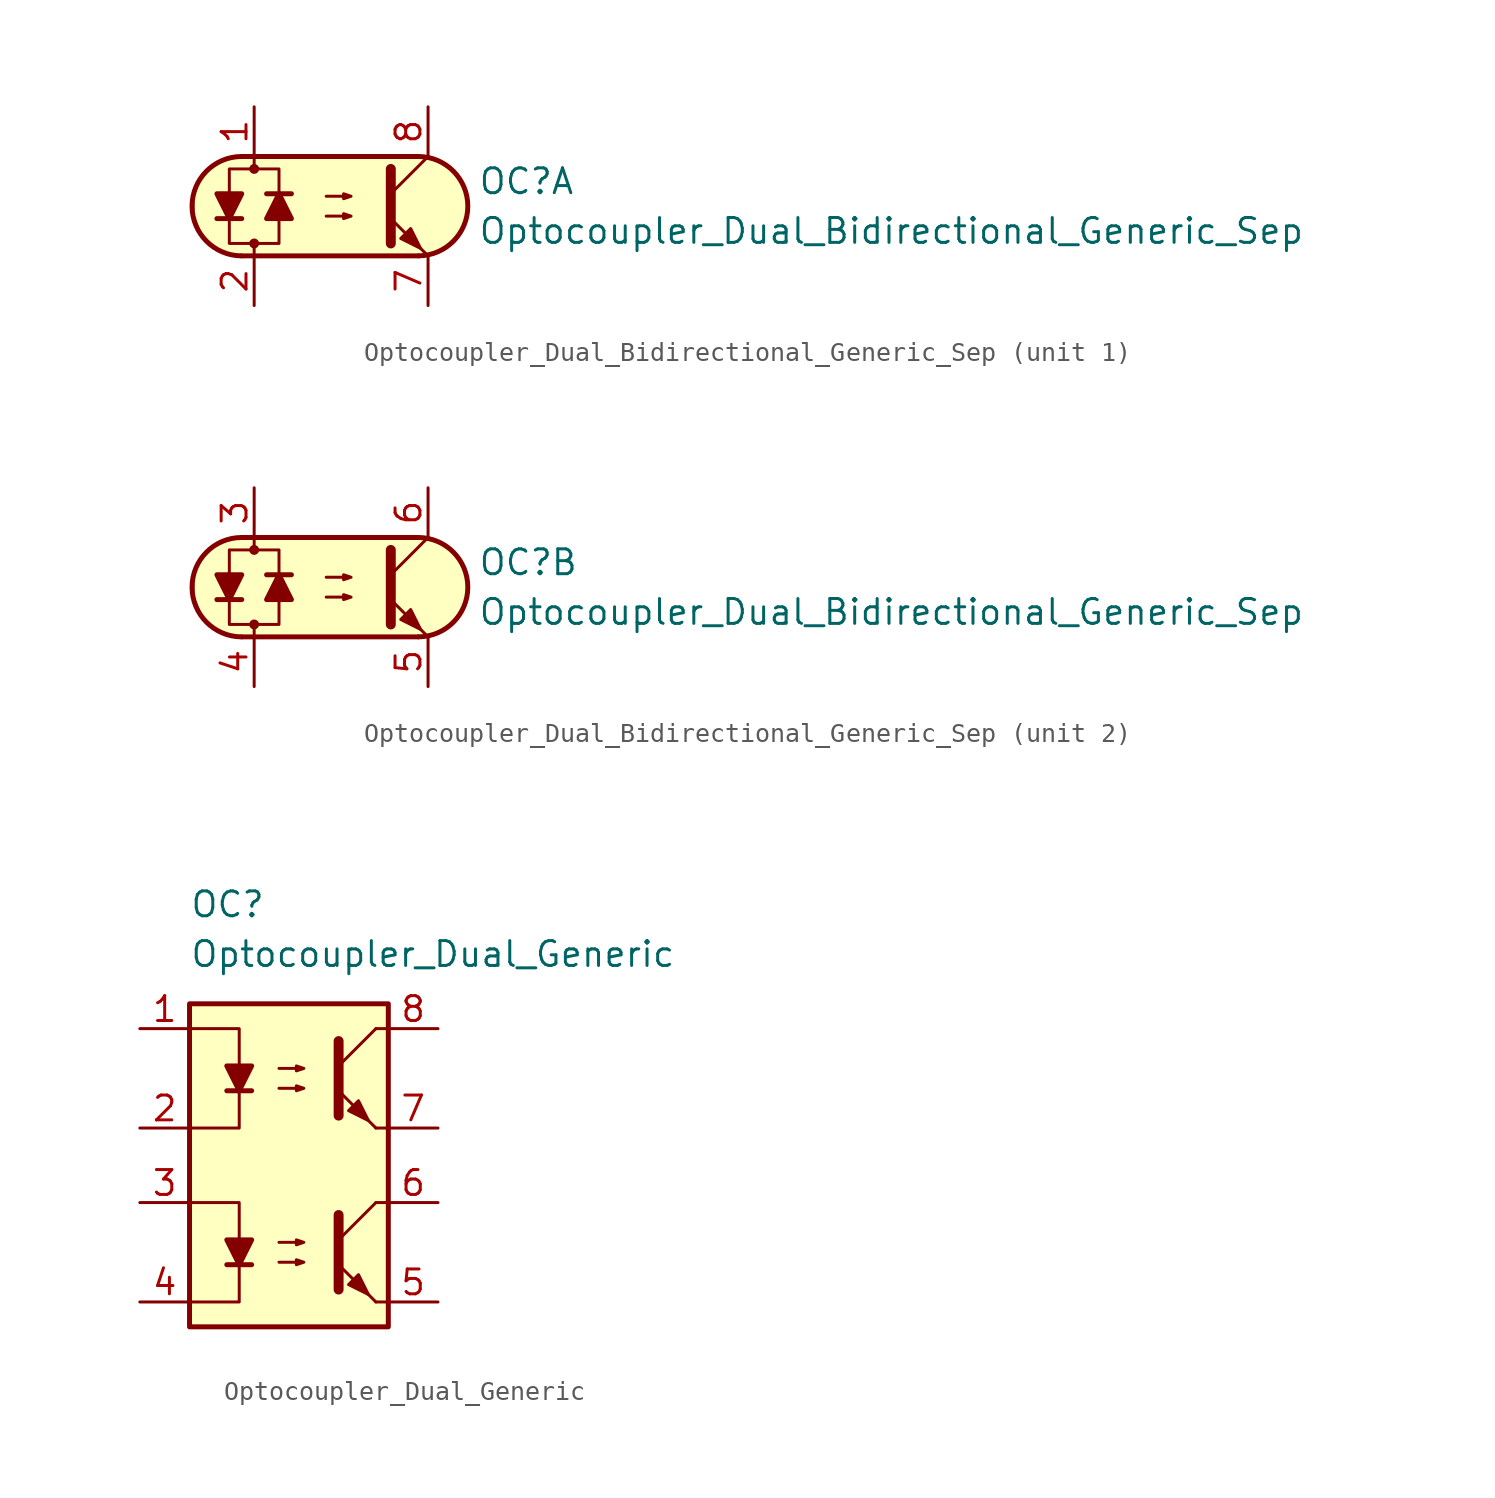
<source format=kicad_sym>
(kicad_symbol_lib
  (version 20231120)
  (generator "kicad_symbol_editor")
  (generator_version "8.0")
  (symbol "Optocoupler_Dual_Bidirectional_Generic_Sep"
    (pin_names
      (offset 1.016))
    (property "Reference" "OC"
      (at 7.62 1.27 0)
      (effects (font (size 1.27 1.27)) (justify left)))
    (property "Value" "Optocoupler_Dual_Bidirectional_Generic_Sep"
      (at 7.62 -1.27 0)
      (effects (font (size 1.27 1.27)) (justify left)))
    (property "ki_locked" ""
      (at 0 0 0)
      (effects (font (size 1.27 1.27))))
    (symbol "Optocoupler_Dual_Bidirectional_Generic_Sep_0_1"
      (arc (start -4.4675 2.54) (mid -6.9851 0) (end -4.4675 -2.54) (stroke (width 0.254) (type default)) (fill (type none)))
      (circle (center -3.81 -1.905) (radius 0.178) (stroke (width 0) (type default)) (fill (type outline)))
      (circle (center -3.81 1.905) (radius 0.178) (stroke (width 0) (type default)) (fill (type outline)))
      (polyline (pts (xy -5.715 -0.635) (xy -4.445 -0.635)) (stroke (width 0.254) (type default)) (fill (type none)))
      (polyline (pts (xy -4.445 2.54) (xy 4.572 2.54)) (stroke (width 0.254) (type default)) (fill (type none)))
      (polyline (pts (xy -3.81 1.905) (xy -3.81 2.54)) (stroke (width 0.152) (type default)) (fill (type none)))
      (polyline (pts (xy -1.905 0.635) (xy -3.175 0.635)) (stroke (width 0.254) (type default)) (fill (type none)))
      (polyline (pts (xy 3.175 0.635) (xy 5.08 2.54)) (stroke (width 0) (type default)) (fill (type none)))
      (polyline (pts (xy 4.572 -2.54) (xy -4.445 -2.54)) (stroke (width 0.254) (type default)) (fill (type none)))
      (polyline (pts (xy 5.08 -2.54) (xy 3.175 -0.635)) (stroke (width 0) (type default)) (fill (type outline)))
      (polyline (pts (xy 3.175 1.905) (xy 3.175 -1.905) (xy 3.175 -1.905)) (stroke (width 0.508) (type default)) (fill (type none)))
      (polyline (pts (xy -5.08 -0.635) (xy -5.715 0.635) (xy -4.445 0.635) (xy -5.08 -0.635)) (stroke (width 0.254) (type default)) (fill (type outline)))
      (polyline (pts (xy -2.54 0.635) (xy -1.905 -0.635) (xy -3.175 -0.635) (xy -2.54 0.635)) (stroke (width 0.254) (type default)) (fill (type outline)))
      (polyline (pts (xy -0.127 -0.508) (xy 1.143 -0.508) (xy 0.762 -0.635) (xy 0.762 -0.381) (xy 1.143 -0.508)) (stroke (width 0) (type default)) (fill (type none)))
      (polyline (pts (xy -0.127 0.508) (xy 1.143 0.508) (xy 0.762 0.381) (xy 0.762 0.635) (xy 1.143 0.508)) (stroke (width 0) (type default)) (fill (type none)))
      (polyline (pts (xy 3.683 -1.651) (xy 4.191 -1.143) (xy 4.699 -2.159) (xy 3.683 -1.651) (xy 3.683 -1.651)) (stroke (width 0) (type default)) (fill (type outline)))
      (polyline (pts (xy -3.81 -2.54) (xy -3.81 -1.905) (xy -5.08 -1.905) (xy -5.08 1.905) (xy -2.54 1.905) (xy -2.54 -1.905) (xy -3.81 -1.905)) (stroke (width 0.152) (type default)) (fill (type none)))
      (polyline (pts (xy -3.81 2.54) (xy 4.826 2.54) (xy 5.334 2.413) (xy 5.969 2.159) (xy 6.604 1.524) (xy 6.985 0.762) (xy 7.112 0) (xy 6.985 -0.889) (xy 6.477 -1.651) (xy 5.969 -2.159) (xy 5.334 -2.413) (xy 4.699 -2.54) (xy -5.08 -2.54) (xy -5.08 -2.54) (xy -5.842 -2.032) (xy -6.35 -1.778) (xy -6.858 -0.508) (xy -6.858 0.254) (xy -6.858 1.016) (xy -6.35 1.778) (xy -5.588 2.286) (xy -4.826 2.54) (xy -3.81 2.54)) (stroke (width 0.01) (type default)) (fill (type background)))
      (arc (start 4.5945 -2.54) (mid 7.1121 0) (end 4.5945 2.54) (stroke (width 0.254) (type default)) (fill (type none))))
    (symbol "Optocoupler_Dual_Bidirectional_Generic_Sep_1_1"
      (pin passive line (at -3.81 5.08 270) (length 2.54) (name "~" (effects (font (size 1.27 1.27)))) (number "1" (effects (font (size 1.27 1.27)))))
      (pin passive line (at -3.81 -5.08 90) (length 2.54) (name "~" (effects (font (size 1.27 1.27)))) (number "2" (effects (font (size 1.27 1.27)))))
      (pin passive line (at 5.08 -5.08 90) (length 2.54) (name "~" (effects (font (size 1.27 1.27)))) (number "7" (effects (font (size 1.27 1.27)))))
      (pin passive line (at 5.08 5.08 270) (length 2.54) (name "~" (effects (font (size 1.27 1.27)))) (number "8" (effects (font (size 1.27 1.27))))))
    (symbol "Optocoupler_Dual_Bidirectional_Generic_Sep_2_1"
      (pin passive line (at -3.81 5.08 270) (length 2.54) (name "~" (effects (font (size 1.27 1.27)))) (number "3" (effects (font (size 1.27 1.27)))))
      (pin passive line (at -3.81 -5.08 90) (length 2.54) (name "~" (effects (font (size 1.27 1.27)))) (number "4" (effects (font (size 1.27 1.27)))))
      (pin passive line (at 5.08 -5.08 90) (length 2.54) (name "~" (effects (font (size 1.27 1.27)))) (number "5" (effects (font (size 1.27 1.27)))))
      (pin passive line (at 5.08 5.08 270) (length 2.54) (name "~" (effects (font (size 1.27 1.27)))) (number "6" (effects (font (size 1.27 1.27)))))))
  (symbol "Optocoupler_Dual_Generic"
    (pin_names
      (offset 1.016))
    (property "Reference" "OC"
      (at -5.08 8.89 0)
      (effects (font (size 1.27 1.27)) (justify left)))
    (property "Value" "Optocoupler_Dual_Generic"
      (at -5.08 6.35 0)
      (effects (font (size 1.27 1.27)) (justify left)))
    (symbol "Optocoupler_Dual_Generic_0_1"
      (rectangle (start -5.08 3.81) (end 5.08 -12.7) (stroke (width 0.254) (type default)) (fill (type background)))
      (polyline (pts (xy -3.175 -0.635) (xy -1.905 -0.635)) (stroke (width 0.254) (type default)) (fill (type none)))
      (polyline (pts (xy 2.54 0.635) (xy 4.445 2.54)) (stroke (width 0) (type default)) (fill (type none)))
      (polyline (pts (xy 4.445 -2.54) (xy 2.54 -0.635)) (stroke (width 0) (type default)) (fill (type outline)))
      (polyline (pts (xy 4.445 -2.54) (xy 5.08 -2.54)) (stroke (width 0) (type default)) (fill (type none)))
      (polyline (pts (xy 4.445 2.54) (xy 5.08 2.54)) (stroke (width 0) (type default)) (fill (type none)))
      (polyline (pts (xy -5.08 2.54) (xy -2.54 2.54) (xy -2.54 -0.635)) (stroke (width 0) (type default)) (fill (type none)))
      (polyline (pts (xy -2.54 -0.635) (xy -2.54 -2.54) (xy -5.08 -2.54)) (stroke (width 0) (type default)) (fill (type none)))
      (polyline (pts (xy 2.54 1.905) (xy 2.54 -1.905) (xy 2.54 -1.905)) (stroke (width 0.508) (type default)) (fill (type none)))
      (polyline (pts (xy -2.54 -0.635) (xy -3.175 0.635) (xy -1.905 0.635) (xy -2.54 -0.635)) (stroke (width 0.254) (type default)) (fill (type outline)))
      (polyline (pts (xy -0.508 -0.508) (xy 0.762 -0.508) (xy 0.381 -0.635) (xy 0.381 -0.381) (xy 0.762 -0.508)) (stroke (width 0) (type default)) (fill (type none)))
      (polyline (pts (xy -0.508 0.508) (xy 0.762 0.508) (xy 0.381 0.381) (xy 0.381 0.635) (xy 0.762 0.508)) (stroke (width 0) (type default)) (fill (type none)))
      (polyline (pts (xy 3.048 -1.651) (xy 3.556 -1.143) (xy 4.064 -2.159) (xy 3.048 -1.651) (xy 3.048 -1.651)) (stroke (width 0) (type default)) (fill (type outline))))
    (symbol "Optocoupler_Dual_Generic_1_1"
      (polyline (pts (xy -3.175 -9.525) (xy -1.905 -9.525)) (stroke (width 0.254) (type default)) (fill (type none)))
      (polyline (pts (xy 2.54 -8.255) (xy 4.445 -6.35)) (stroke (width 0) (type default)) (fill (type none)))
      (polyline (pts (xy 4.445 -11.43) (xy 2.54 -9.525)) (stroke (width 0) (type default)) (fill (type outline)))
      (polyline (pts (xy 4.445 -11.43) (xy 5.08 -11.43)) (stroke (width 0) (type default)) (fill (type none)))
      (polyline (pts (xy 4.445 -6.35) (xy 5.08 -6.35)) (stroke (width 0) (type default)) (fill (type none)))
      (polyline (pts (xy -5.08 -6.35) (xy -2.54 -6.35) (xy -2.54 -9.525)) (stroke (width 0) (type default)) (fill (type none)))
      (polyline (pts (xy -2.54 -9.525) (xy -2.54 -11.43) (xy -5.08 -11.43)) (stroke (width 0) (type default)) (fill (type none)))
      (polyline (pts (xy 2.54 -6.985) (xy 2.54 -10.795) (xy 2.54 -10.795)) (stroke (width 0.508) (type default)) (fill (type none)))
      (polyline (pts (xy -2.54 -9.525) (xy -3.175 -8.255) (xy -1.905 -8.255) (xy -2.54 -9.525)) (stroke (width 0.254) (type default)) (fill (type outline)))
      (polyline (pts (xy -0.508 -9.398) (xy 0.762 -9.398) (xy 0.381 -9.525) (xy 0.381 -9.271) (xy 0.762 -9.398)) (stroke (width 0) (type default)) (fill (type none)))
      (polyline (pts (xy -0.508 -8.382) (xy 0.762 -8.382) (xy 0.381 -8.509) (xy 0.381 -8.255) (xy 0.762 -8.382)) (stroke (width 0) (type default)) (fill (type none)))
      (polyline (pts (xy 3.048 -10.541) (xy 3.556 -10.033) (xy 4.064 -11.049) (xy 3.048 -10.541) (xy 3.048 -10.541)) (stroke (width 0) (type default)) (fill (type outline)))
      (pin passive line (at -7.62 2.54 0) (length 2.54) (name "~" (effects (font (size 1.27 1.27)))) (number "1" (effects (font (size 1.27 1.27)))))
      (pin passive line (at -7.62 -2.54 0) (length 2.54) (name "~" (effects (font (size 1.27 1.27)))) (number "2" (effects (font (size 1.27 1.27)))))
      (pin passive line (at -7.62 -6.35 0) (length 2.54) (name "~" (effects (font (size 1.27 1.27)))) (number "3" (effects (font (size 1.27 1.27)))))
      (pin passive line (at -7.62 -11.43 0) (length 2.54) (name "~" (effects (font (size 1.27 1.27)))) (number "4" (effects (font (size 1.27 1.27)))))
      (pin passive line (at 7.62 -11.43 180) (length 2.54) (name "~" (effects (font (size 1.27 1.27)))) (number "5" (effects (font (size 1.27 1.27)))))
      (pin passive line (at 7.62 -6.35 180) (length 2.54) (name "~" (effects (font (size 1.27 1.27)))) (number "6" (effects (font (size 1.27 1.27)))))
      (pin passive line (at 7.62 -2.54 180) (length 2.54) (name "~" (effects (font (size 1.27 1.27)))) (number "7" (effects (font (size 1.27 1.27)))))
      (pin passive line (at 7.62 2.54 180) (length 2.54) (name "~" (effects (font (size 1.27 1.27)))) (number "8" (effects (font (size 1.27 1.27))))))))
</source>
